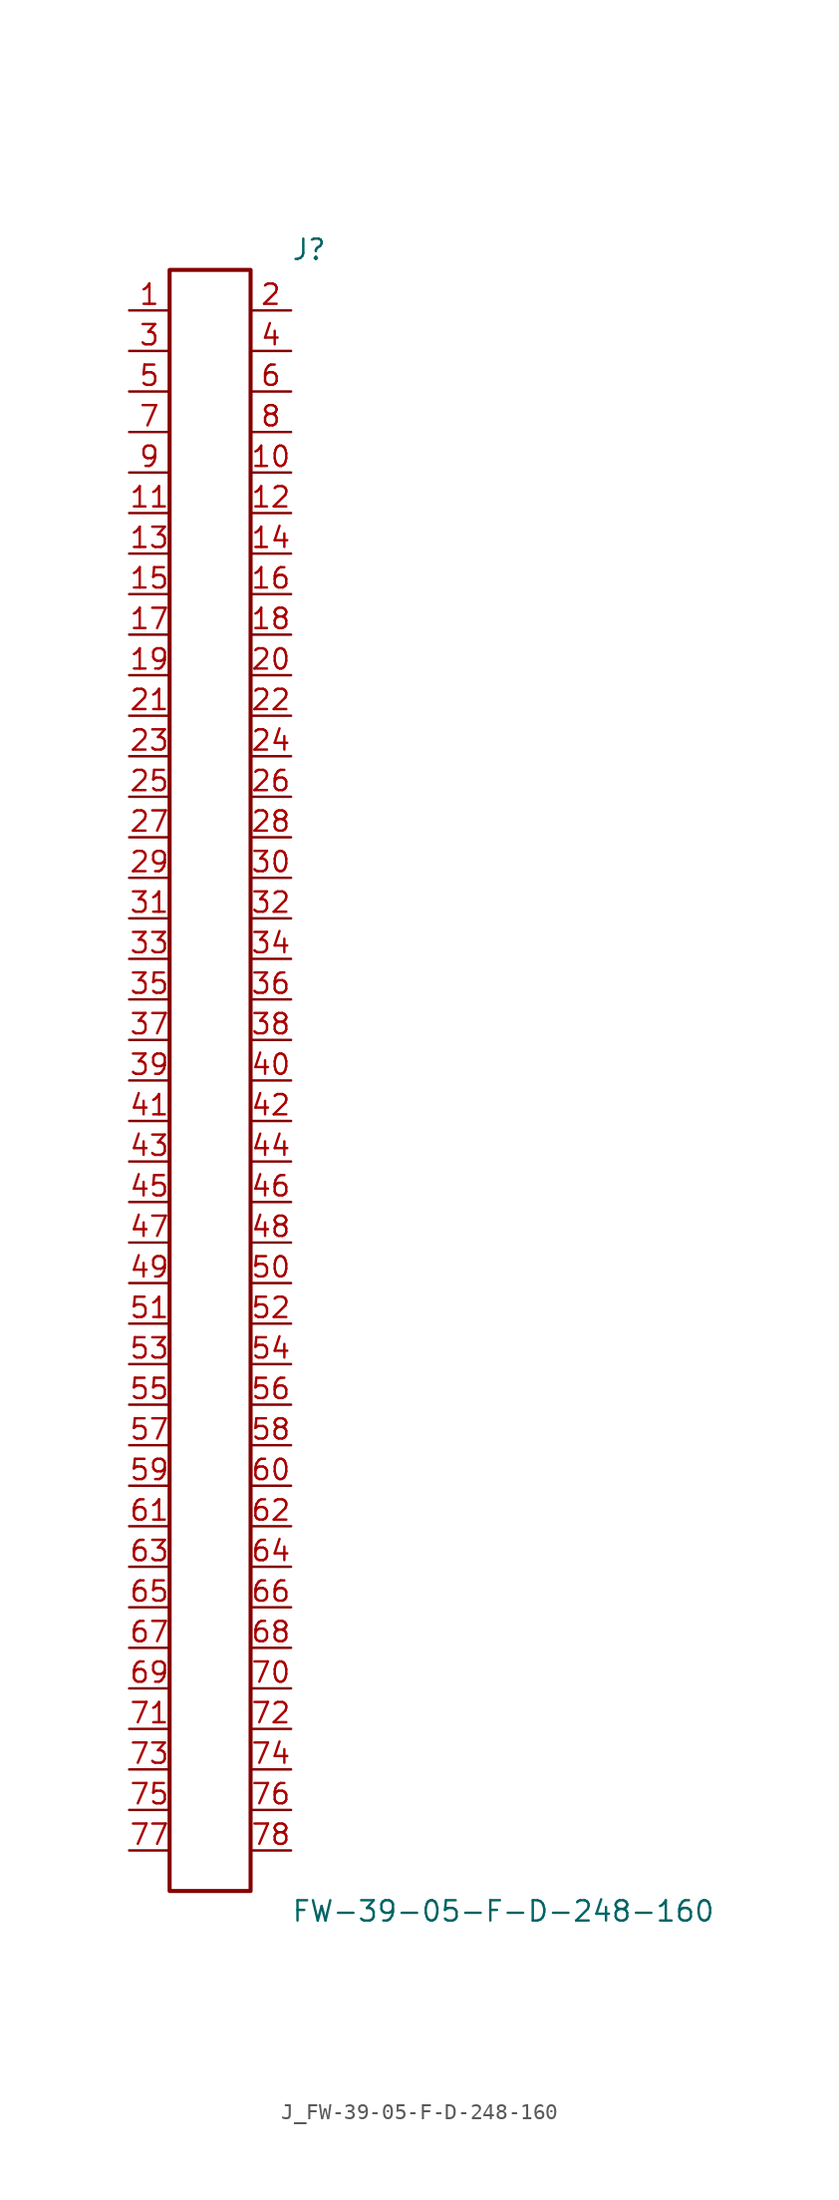
<source format=kicad_sym>
(kicad_symbol_lib
  (version 20231120)
  (generator kicad_symbol_editor)
  (generator_version 8.0)
  (symbol "J_FW-39-05-F-D-248-160"
    (pin_names
      (offset 0.254))
    (property "Reference" "J"
      (at 5.08 52.07 0)
      (effects (font (size 1.27 1.27)) (justify left)))
    (property "Value" "FW-39-05-F-D-248-160"
      (at 5.08 -52.07 0)
      (effects (font (size 1.27 1.27)) (justify left)))
    (symbol "J_FW-39-05-F-D-248-160_0_0"
      (pin passive line (at -5.08 48.26 0) (length 2.54) (name "" (effects (font (size 1.27 1.27)))) (number "1" (effects (font (size 1.27 1.27)))))
      (pin passive line (at 5.08 48.26 180) (length 2.54) (name "" (effects (font (size 1.27 1.27)))) (number "2" (effects (font (size 1.27 1.27)))))
      (pin passive line (at -5.08 45.72 0) (length 2.54) (name "" (effects (font (size 1.27 1.27)))) (number "3" (effects (font (size 1.27 1.27)))))
      (pin passive line (at 5.08 45.72 180) (length 2.54) (name "" (effects (font (size 1.27 1.27)))) (number "4" (effects (font (size 1.27 1.27)))))
      (pin passive line (at -5.08 43.18 0) (length 2.54) (name "" (effects (font (size 1.27 1.27)))) (number "5" (effects (font (size 1.27 1.27)))))
      (pin passive line (at 5.08 43.18 180) (length 2.54) (name "" (effects (font (size 1.27 1.27)))) (number "6" (effects (font (size 1.27 1.27)))))
      (pin passive line (at -5.08 40.64 0) (length 2.54) (name "" (effects (font (size 1.27 1.27)))) (number "7" (effects (font (size 1.27 1.27)))))
      (pin passive line (at 5.08 40.64 180) (length 2.54) (name "" (effects (font (size 1.27 1.27)))) (number "8" (effects (font (size 1.27 1.27)))))
      (pin passive line (at -5.08 38.1 0) (length 2.54) (name "" (effects (font (size 1.27 1.27)))) (number "9" (effects (font (size 1.27 1.27)))))
      (pin passive line (at 5.08 38.1 180) (length 2.54) (name "" (effects (font (size 1.27 1.27)))) (number "10" (effects (font (size 1.27 1.27)))))
      (pin passive line (at -5.08 35.56 0) (length 2.54) (name "" (effects (font (size 1.27 1.27)))) (number "11" (effects (font (size 1.27 1.27)))))
      (pin passive line (at 5.08 35.56 180) (length 2.54) (name "" (effects (font (size 1.27 1.27)))) (number "12" (effects (font (size 1.27 1.27)))))
      (pin passive line (at -5.08 33.02 0) (length 2.54) (name "" (effects (font (size 1.27 1.27)))) (number "13" (effects (font (size 1.27 1.27)))))
      (pin passive line (at 5.08 33.02 180) (length 2.54) (name "" (effects (font (size 1.27 1.27)))) (number "14" (effects (font (size 1.27 1.27)))))
      (pin passive line (at -5.08 30.48 0) (length 2.54) (name "" (effects (font (size 1.27 1.27)))) (number "15" (effects (font (size 1.27 1.27)))))
      (pin passive line (at 5.08 30.48 180) (length 2.54) (name "" (effects (font (size 1.27 1.27)))) (number "16" (effects (font (size 1.27 1.27)))))
      (pin passive line (at -5.08 27.94 0) (length 2.54) (name "" (effects (font (size 1.27 1.27)))) (number "17" (effects (font (size 1.27 1.27)))))
      (pin passive line (at 5.08 27.94 180) (length 2.54) (name "" (effects (font (size 1.27 1.27)))) (number "18" (effects (font (size 1.27 1.27)))))
      (pin passive line (at -5.08 25.4 0) (length 2.54) (name "" (effects (font (size 1.27 1.27)))) (number "19" (effects (font (size 1.27 1.27)))))
      (pin passive line (at 5.08 25.4 180) (length 2.54) (name "" (effects (font (size 1.27 1.27)))) (number "20" (effects (font (size 1.27 1.27)))))
      (pin passive line (at -5.08 22.86 0) (length 2.54) (name "" (effects (font (size 1.27 1.27)))) (number "21" (effects (font (size 1.27 1.27)))))
      (pin passive line (at 5.08 22.86 180) (length 2.54) (name "" (effects (font (size 1.27 1.27)))) (number "22" (effects (font (size 1.27 1.27)))))
      (pin passive line (at -5.08 20.32 0) (length 2.54) (name "" (effects (font (size 1.27 1.27)))) (number "23" (effects (font (size 1.27 1.27)))))
      (pin passive line (at 5.08 20.32 180) (length 2.54) (name "" (effects (font (size 1.27 1.27)))) (number "24" (effects (font (size 1.27 1.27)))))
      (pin passive line (at -5.08 17.78 0) (length 2.54) (name "" (effects (font (size 1.27 1.27)))) (number "25" (effects (font (size 1.27 1.27)))))
      (pin passive line (at 5.08 17.78 180) (length 2.54) (name "" (effects (font (size 1.27 1.27)))) (number "26" (effects (font (size 1.27 1.27)))))
      (pin passive line (at -5.08 15.24 0) (length 2.54) (name "" (effects (font (size 1.27 1.27)))) (number "27" (effects (font (size 1.27 1.27)))))
      (pin passive line (at 5.08 15.24 180) (length 2.54) (name "" (effects (font (size 1.27 1.27)))) (number "28" (effects (font (size 1.27 1.27)))))
      (pin passive line (at -5.08 12.7 0) (length 2.54) (name "" (effects (font (size 1.27 1.27)))) (number "29" (effects (font (size 1.27 1.27)))))
      (pin passive line (at 5.08 12.7 180) (length 2.54) (name "" (effects (font (size 1.27 1.27)))) (number "30" (effects (font (size 1.27 1.27)))))
      (pin passive line (at -5.08 10.16 0) (length 2.54) (name "" (effects (font (size 1.27 1.27)))) (number "31" (effects (font (size 1.27 1.27)))))
      (pin passive line (at 5.08 10.16 180) (length 2.54) (name "" (effects (font (size 1.27 1.27)))) (number "32" (effects (font (size 1.27 1.27)))))
      (pin passive line (at -5.08 7.62 0) (length 2.54) (name "" (effects (font (size 1.27 1.27)))) (number "33" (effects (font (size 1.27 1.27)))))
      (pin passive line (at 5.08 7.62 180) (length 2.54) (name "" (effects (font (size 1.27 1.27)))) (number "34" (effects (font (size 1.27 1.27)))))
      (pin passive line (at -5.08 5.08 0) (length 2.54) (name "" (effects (font (size 1.27 1.27)))) (number "35" (effects (font (size 1.27 1.27)))))
      (pin passive line (at 5.08 5.08 180) (length 2.54) (name "" (effects (font (size 1.27 1.27)))) (number "36" (effects (font (size 1.27 1.27)))))
      (pin passive line (at -5.08 2.54 0) (length 2.54) (name "" (effects (font (size 1.27 1.27)))) (number "37" (effects (font (size 1.27 1.27)))))
      (pin passive line (at 5.08 2.54 180) (length 2.54) (name "" (effects (font (size 1.27 1.27)))) (number "38" (effects (font (size 1.27 1.27)))))
      (pin passive line (at -5.08 0.0 0) (length 2.54) (name "" (effects (font (size 1.27 1.27)))) (number "39" (effects (font (size 1.27 1.27)))))
      (pin passive line (at 5.08 0.0 180) (length 2.54) (name "" (effects (font (size 1.27 1.27)))) (number "40" (effects (font (size 1.27 1.27)))))
      (pin passive line (at -5.08 -2.54 0) (length 2.54) (name "" (effects (font (size 1.27 1.27)))) (number "41" (effects (font (size 1.27 1.27)))))
      (pin passive line (at 5.08 -2.54 180) (length 2.54) (name "" (effects (font (size 1.27 1.27)))) (number "42" (effects (font (size 1.27 1.27)))))
      (pin passive line (at -5.08 -5.08 0) (length 2.54) (name "" (effects (font (size 1.27 1.27)))) (number "43" (effects (font (size 1.27 1.27)))))
      (pin passive line (at 5.08 -5.08 180) (length 2.54) (name "" (effects (font (size 1.27 1.27)))) (number "44" (effects (font (size 1.27 1.27)))))
      (pin passive line (at -5.08 -7.62 0) (length 2.54) (name "" (effects (font (size 1.27 1.27)))) (number "45" (effects (font (size 1.27 1.27)))))
      (pin passive line (at 5.08 -7.62 180) (length 2.54) (name "" (effects (font (size 1.27 1.27)))) (number "46" (effects (font (size 1.27 1.27)))))
      (pin passive line (at -5.08 -10.16 0) (length 2.54) (name "" (effects (font (size 1.27 1.27)))) (number "47" (effects (font (size 1.27 1.27)))))
      (pin passive line (at 5.08 -10.16 180) (length 2.54) (name "" (effects (font (size 1.27 1.27)))) (number "48" (effects (font (size 1.27 1.27)))))
      (pin passive line (at -5.08 -12.7 0) (length 2.54) (name "" (effects (font (size 1.27 1.27)))) (number "49" (effects (font (size 1.27 1.27)))))
      (pin passive line (at 5.08 -12.7 180) (length 2.54) (name "" (effects (font (size 1.27 1.27)))) (number "50" (effects (font (size 1.27 1.27)))))
      (pin passive line (at -5.08 -15.24 0) (length 2.54) (name "" (effects (font (size 1.27 1.27)))) (number "51" (effects (font (size 1.27 1.27)))))
      (pin passive line (at 5.08 -15.24 180) (length 2.54) (name "" (effects (font (size 1.27 1.27)))) (number "52" (effects (font (size 1.27 1.27)))))
      (pin passive line (at -5.08 -17.78 0) (length 2.54) (name "" (effects (font (size 1.27 1.27)))) (number "53" (effects (font (size 1.27 1.27)))))
      (pin passive line (at 5.08 -17.78 180) (length 2.54) (name "" (effects (font (size 1.27 1.27)))) (number "54" (effects (font (size 1.27 1.27)))))
      (pin passive line (at -5.08 -20.32 0) (length 2.54) (name "" (effects (font (size 1.27 1.27)))) (number "55" (effects (font (size 1.27 1.27)))))
      (pin passive line (at 5.08 -20.32 180) (length 2.54) (name "" (effects (font (size 1.27 1.27)))) (number "56" (effects (font (size 1.27 1.27)))))
      (pin passive line (at -5.08 -22.86 0) (length 2.54) (name "" (effects (font (size 1.27 1.27)))) (number "57" (effects (font (size 1.27 1.27)))))
      (pin passive line (at 5.08 -22.86 180) (length 2.54) (name "" (effects (font (size 1.27 1.27)))) (number "58" (effects (font (size 1.27 1.27)))))
      (pin passive line (at -5.08 -25.4 0) (length 2.54) (name "" (effects (font (size 1.27 1.27)))) (number "59" (effects (font (size 1.27 1.27)))))
      (pin passive line (at 5.08 -25.4 180) (length 2.54) (name "" (effects (font (size 1.27 1.27)))) (number "60" (effects (font (size 1.27 1.27)))))
      (pin passive line (at -5.08 -27.94 0) (length 2.54) (name "" (effects (font (size 1.27 1.27)))) (number "61" (effects (font (size 1.27 1.27)))))
      (pin passive line (at 5.08 -27.94 180) (length 2.54) (name "" (effects (font (size 1.27 1.27)))) (number "62" (effects (font (size 1.27 1.27)))))
      (pin passive line (at -5.08 -30.48 0) (length 2.54) (name "" (effects (font (size 1.27 1.27)))) (number "63" (effects (font (size 1.27 1.27)))))
      (pin passive line (at 5.08 -30.48 180) (length 2.54) (name "" (effects (font (size 1.27 1.27)))) (number "64" (effects (font (size 1.27 1.27)))))
      (pin passive line (at -5.08 -33.02 0) (length 2.54) (name "" (effects (font (size 1.27 1.27)))) (number "65" (effects (font (size 1.27 1.27)))))
      (pin passive line (at 5.08 -33.02 180) (length 2.54) (name "" (effects (font (size 1.27 1.27)))) (number "66" (effects (font (size 1.27 1.27)))))
      (pin passive line (at -5.08 -35.56 0) (length 2.54) (name "" (effects (font (size 1.27 1.27)))) (number "67" (effects (font (size 1.27 1.27)))))
      (pin passive line (at 5.08 -35.56 180) (length 2.54) (name "" (effects (font (size 1.27 1.27)))) (number "68" (effects (font (size 1.27 1.27)))))
      (pin passive line (at -5.08 -38.1 0) (length 2.54) (name "" (effects (font (size 1.27 1.27)))) (number "69" (effects (font (size 1.27 1.27)))))
      (pin passive line (at 5.08 -38.1 180) (length 2.54) (name "" (effects (font (size 1.27 1.27)))) (number "70" (effects (font (size 1.27 1.27)))))
      (pin passive line (at -5.08 -40.64 0) (length 2.54) (name "" (effects (font (size 1.27 1.27)))) (number "71" (effects (font (size 1.27 1.27)))))
      (pin passive line (at 5.08 -40.64 180) (length 2.54) (name "" (effects (font (size 1.27 1.27)))) (number "72" (effects (font (size 1.27 1.27)))))
      (pin passive line (at -5.08 -43.18 0) (length 2.54) (name "" (effects (font (size 1.27 1.27)))) (number "73" (effects (font (size 1.27 1.27)))))
      (pin passive line (at 5.08 -43.18 180) (length 2.54) (name "" (effects (font (size 1.27 1.27)))) (number "74" (effects (font (size 1.27 1.27)))))
      (pin passive line (at -5.08 -45.72 0) (length 2.54) (name "" (effects (font (size 1.27 1.27)))) (number "75" (effects (font (size 1.27 1.27)))))
      (pin passive line (at 5.08 -45.72 180) (length 2.54) (name "" (effects (font (size 1.27 1.27)))) (number "76" (effects (font (size 1.27 1.27)))))
      (pin passive line (at -5.08 -48.26 0) (length 2.54) (name "" (effects (font (size 1.27 1.27)))) (number "77" (effects (font (size 1.27 1.27)))))
      (pin passive line (at 5.08 -48.26 180) (length 2.54) (name "" (effects (font (size 1.27 1.27)))) (number "78" (effects (font (size 1.27 1.27))))))
    (symbol "J_FW-39-05-F-D-248-160_1_0"
      (rectangle (start -2.54 50.8) (end 2.54 -50.8) (stroke (width 0.254) (type solid)) (fill (type none))))))
</source>
